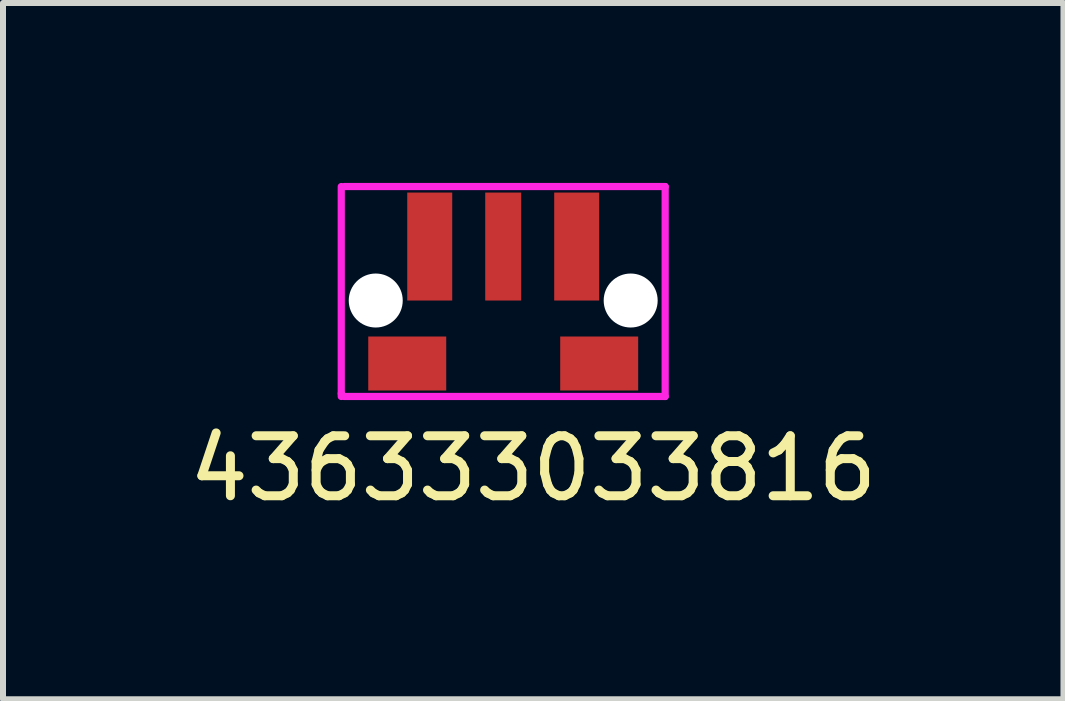
<source format=kicad_pcb>
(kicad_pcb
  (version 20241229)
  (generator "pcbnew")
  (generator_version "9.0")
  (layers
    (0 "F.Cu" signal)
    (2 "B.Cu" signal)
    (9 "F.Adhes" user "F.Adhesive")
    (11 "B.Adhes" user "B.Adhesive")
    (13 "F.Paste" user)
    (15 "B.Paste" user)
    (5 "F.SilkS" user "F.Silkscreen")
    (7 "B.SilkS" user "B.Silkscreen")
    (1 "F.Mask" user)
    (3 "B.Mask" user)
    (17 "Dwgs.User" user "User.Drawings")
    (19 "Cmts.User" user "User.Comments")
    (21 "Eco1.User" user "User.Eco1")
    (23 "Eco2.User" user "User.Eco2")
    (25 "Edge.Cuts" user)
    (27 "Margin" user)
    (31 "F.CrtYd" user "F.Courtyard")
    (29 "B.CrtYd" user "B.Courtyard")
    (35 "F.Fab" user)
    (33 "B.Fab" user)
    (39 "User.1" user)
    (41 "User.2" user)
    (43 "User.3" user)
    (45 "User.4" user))
  (footprint "436333033816"
    (layer "F.Cu")
    (at 5.339 1.96)
    (property "Reference" "436333033816" (at 0.5 2.8 0) (layer "F.SilkS") (effects (font (size 1 1) (thickness 0.15))))
    (attr through_hole)
    (fp_line (start -2.7 -1.9) (end -2.7 1.55) (stroke (width 0.12) (type solid)) (layer "F.CrtYd"))
    (fp_line (start -2.7 1.55) (end -2.7 1.6) (stroke (width 0.12) (type solid)) (layer "F.CrtYd"))
    (fp_line (start -2.65 1.6) (end 2.7 1.6) (stroke (width 0.12) (type solid)) (layer "F.CrtYd"))
    (fp_line (start 2.7 -1.9) (end -2.65 -1.9) (stroke (width 0.12) (type solid)) (layer "F.CrtYd"))
    (fp_line (start 2.7 1.6) (end 2.7 -1.9) (stroke (width 0.12) (type solid)) (layer "F.CrtYd"))
    (pad "" np_thru_hole circle (at -2.125 0) (size 0.9 0.9) (drill 0.9) (layers "*.Cu" "*.Mask"))
    (pad "" np_thru_hole circle (at 2.125 0) (size 0.9 0.9) (drill 0.9) (layers "*.Cu" "*.Mask"))
    (pad "1" smd rect (at -1.225 -0.9) (size 0.75 1.8) (layers "F.Cu" "F.Mask" "F.Paste"))
    (pad "2" smd rect (at 0 -0.9) (size 0.6 1.8) (layers "F.Cu" "F.Mask" "F.Paste"))
    (pad "3" smd rect (at 1.225 -0.9) (size 0.75 1.8) (layers "F.Cu" "F.Mask" "F.Paste"))
    (pad "~" smd rect (at -1.6 1.05) (size 1.3 0.9) (layers "F.Cu" "F.Mask" "F.Paste"))
    (pad "~" smd rect (at 1.6 1.05) (size 1.3 0.9) (layers "F.Cu" "F.Mask" "F.Paste")))
  (gr_rect
    (start -3 -3)
    (end 14.679 8.608)
    (stroke (width 0.1) (type default))
    (fill no)
    (layer "Edge.Cuts")))
</source>
